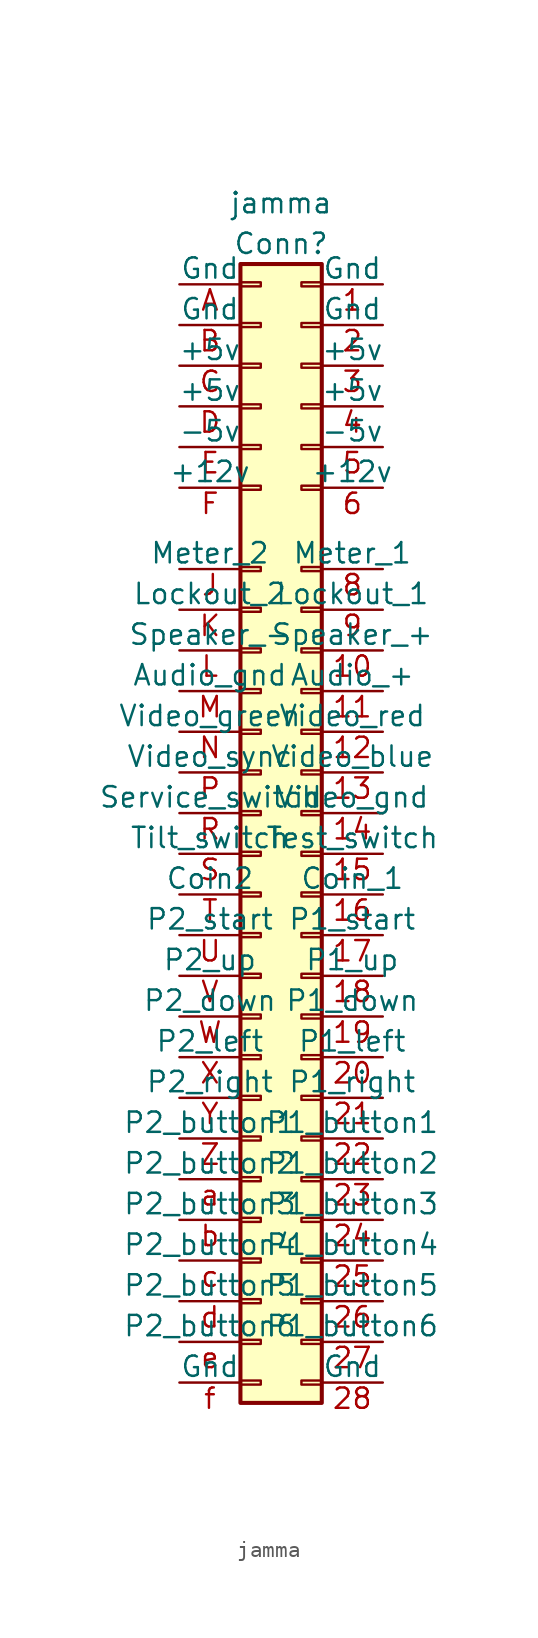
<source format=kicad_sym>
(kicad_symbol_lib
  (version 20231120)
  (generator "kicad_symbol_editor")
  (generator_version "8.0")
  (symbol "jamma"
    (pin_names
      (offset 0))
    (property "Reference" "Conn"
      (at 0 35.56 0)
      (effects (font (size 1.27 1.27))))
    (property "Value" "jamma"
      (at 0 38.1 0)
      (effects (font (size 1.27 1.27))))
    (symbol "jamma_1_1"
      (rectangle (start -2.54 -35.433) (end -1.27 -35.687) (stroke (width 0.152) (type default)) (fill (type none)))
      (rectangle (start -2.54 -32.893) (end -1.27 -33.147) (stroke (width 0.152) (type default)) (fill (type none)))
      (rectangle (start -2.54 -30.353) (end -1.27 -30.607) (stroke (width 0.152) (type default)) (fill (type none)))
      (rectangle (start -2.54 -27.813) (end -1.27 -28.067) (stroke (width 0.152) (type default)) (fill (type none)))
      (rectangle (start -2.54 -25.273) (end -1.27 -25.527) (stroke (width 0.152) (type default)) (fill (type none)))
      (rectangle (start -2.54 -22.733) (end -1.27 -22.987) (stroke (width 0.152) (type default)) (fill (type none)))
      (rectangle (start -2.54 -20.193) (end -1.27 -20.447) (stroke (width 0.152) (type default)) (fill (type none)))
      (rectangle (start -2.54 -17.653) (end -1.27 -17.907) (stroke (width 0.152) (type default)) (fill (type none)))
      (rectangle (start -2.54 -15.113) (end -1.27 -15.367) (stroke (width 0.152) (type default)) (fill (type none)))
      (rectangle (start -2.54 -12.573) (end -1.27 -12.827) (stroke (width 0.152) (type default)) (fill (type none)))
      (rectangle (start -2.54 -10.033) (end -1.27 -10.287) (stroke (width 0.152) (type default)) (fill (type none)))
      (rectangle (start -2.54 -7.493) (end -1.27 -7.747) (stroke (width 0.152) (type default)) (fill (type none)))
      (rectangle (start -2.54 -4.953) (end -1.27 -5.207) (stroke (width 0.152) (type default)) (fill (type none)))
      (rectangle (start -2.54 -2.413) (end -1.27 -2.667) (stroke (width 0.152) (type default)) (fill (type none)))
      (rectangle (start -2.54 0.127) (end -1.27 -0.127) (stroke (width 0.152) (type default)) (fill (type none)))
      (rectangle (start -2.54 2.667) (end -1.27 2.413) (stroke (width 0.152) (type default)) (fill (type none)))
      (rectangle (start -2.54 5.207) (end -1.27 4.953) (stroke (width 0.152) (type default)) (fill (type none)))
      (rectangle (start -2.54 7.747) (end -1.27 7.493) (stroke (width 0.152) (type default)) (fill (type none)))
      (rectangle (start -2.54 10.287) (end -1.27 10.033) (stroke (width 0.152) (type default)) (fill (type none)))
      (rectangle (start -2.54 12.827) (end -1.27 12.573) (stroke (width 0.152) (type default)) (fill (type none)))
      (rectangle (start -2.54 15.367) (end -1.27 15.113) (stroke (width 0.152) (type default)) (fill (type none)))
      (rectangle (start -2.54 20.447) (end -1.27 20.193) (stroke (width 0.152) (type default)) (fill (type none)))
      (rectangle (start -2.54 22.987) (end -1.27 22.733) (stroke (width 0.152) (type default)) (fill (type none)))
      (rectangle (start -2.54 25.527) (end -1.27 25.273) (stroke (width 0.152) (type default)) (fill (type none)))
      (rectangle (start -2.54 28.067) (end -1.27 27.813) (stroke (width 0.152) (type default)) (fill (type none)))
      (rectangle (start -2.54 30.607) (end -1.27 30.353) (stroke (width 0.152) (type default)) (fill (type none)))
      (rectangle (start -2.54 33.147) (end -1.27 32.893) (stroke (width 0.152) (type default)) (fill (type none)))
      (rectangle (start 2.54 -35.433) (end 1.27 -35.687) (stroke (width 0.152) (type default)) (fill (type none)))
      (rectangle (start 2.54 -32.893) (end 1.27 -33.147) (stroke (width 0.152) (type default)) (fill (type none)))
      (rectangle (start 2.54 -30.353) (end 1.27 -30.607) (stroke (width 0.152) (type default)) (fill (type none)))
      (rectangle (start 2.54 -27.813) (end 1.27 -28.067) (stroke (width 0.152) (type default)) (fill (type none)))
      (rectangle (start 2.54 -25.273) (end 1.27 -25.527) (stroke (width 0.152) (type default)) (fill (type none)))
      (rectangle (start 2.54 -22.733) (end 1.27 -22.987) (stroke (width 0.152) (type default)) (fill (type none)))
      (rectangle (start 2.54 -20.193) (end 1.27 -20.447) (stroke (width 0.152) (type default)) (fill (type none)))
      (rectangle (start 2.54 -17.653) (end 1.27 -17.907) (stroke (width 0.152) (type default)) (fill (type none)))
      (rectangle (start 2.54 -15.113) (end 1.27 -15.367) (stroke (width 0.152) (type default)) (fill (type none)))
      (rectangle (start 2.54 -12.573) (end 1.27 -12.827) (stroke (width 0.152) (type default)) (fill (type none)))
      (rectangle (start 2.54 -10.033) (end 1.27 -10.287) (stroke (width 0.152) (type default)) (fill (type none)))
      (rectangle (start 2.54 -7.493) (end 1.27 -7.747) (stroke (width 0.152) (type default)) (fill (type none)))
      (rectangle (start 2.54 -4.953) (end 1.27 -5.207) (stroke (width 0.152) (type default)) (fill (type none)))
      (rectangle (start 2.54 -2.413) (end 1.27 -2.667) (stroke (width 0.152) (type default)) (fill (type none)))
      (rectangle (start 2.54 0.127) (end 1.27 -0.127) (stroke (width 0.152) (type default)) (fill (type none)))
      (rectangle (start 2.54 2.667) (end 1.27 2.413) (stroke (width 0.152) (type default)) (fill (type none)))
      (rectangle (start 2.54 5.207) (end 1.27 4.953) (stroke (width 0.152) (type default)) (fill (type none)))
      (rectangle (start 2.54 7.747) (end 1.27 7.493) (stroke (width 0.152) (type default)) (fill (type none)))
      (rectangle (start 2.54 10.287) (end 1.27 10.033) (stroke (width 0.152) (type default)) (fill (type none)))
      (rectangle (start 2.54 12.827) (end 1.27 12.573) (stroke (width 0.152) (type default)) (fill (type none)))
      (rectangle (start 2.54 15.367) (end 1.27 15.113) (stroke (width 0.152) (type default)) (fill (type none)))
      (rectangle (start 2.54 20.447) (end 1.27 20.193) (stroke (width 0.152) (type default)) (fill (type none)))
      (rectangle (start 2.54 22.987) (end 1.27 22.733) (stroke (width 0.152) (type default)) (fill (type none)))
      (rectangle (start 2.54 25.527) (end 1.27 25.273) (stroke (width 0.152) (type default)) (fill (type none)))
      (rectangle (start 2.54 28.067) (end 1.27 27.813) (stroke (width 0.152) (type default)) (fill (type none)))
      (rectangle (start 2.54 30.607) (end 1.27 30.353) (stroke (width 0.152) (type default)) (fill (type none)))
      (rectangle (start 2.54 33.147) (end 1.27 32.893) (stroke (width 0.152) (type default)) (fill (type none)))
      (rectangle (start 2.54 34.29) (end -2.54 -36.83) (stroke (width 0.254) (type default)) (fill (type background)))
      (pin passive line (at 6.35 33.02 180) (length 3.81) (name "Gnd" (effects (font (size 1.27 1.27)))) (number "1" (effects (font (size 1.27 1.27)))))
      (pin passive line (at 6.35 10.16 180) (length 3.81) (name "Speaker_+" (effects (font (size 1.27 1.27)))) (number "10" (effects (font (size 1.27 1.27)))))
      (pin passive line (at 6.35 7.62 180) (length 3.81) (name "Audio_+" (effects (font (size 1.27 1.27)))) (number "11" (effects (font (size 1.27 1.27)))))
      (pin passive line (at 6.35 5.08 180) (length 3.81) (name "Video_red" (effects (font (size 1.27 1.27)))) (number "12" (effects (font (size 1.27 1.27)))))
      (pin passive line (at 6.35 2.54 180) (length 3.81) (name "Video_blue" (effects (font (size 1.27 1.27)))) (number "13" (effects (font (size 1.27 1.27)))))
      (pin passive line (at 6.35 0 180) (length 3.81) (name "Video_gnd" (effects (font (size 1.27 1.27)))) (number "14" (effects (font (size 1.27 1.27)))))
      (pin passive line (at 6.35 -2.54 180) (length 3.81) (name "Test_switch" (effects (font (size 1.27 1.27)))) (number "15" (effects (font (size 1.27 1.27)))))
      (pin passive line (at 6.35 -5.08 180) (length 3.81) (name "Coin_1" (effects (font (size 1.27 1.27)))) (number "16" (effects (font (size 1.27 1.27)))))
      (pin passive line (at 6.35 -7.62 180) (length 3.81) (name "P1_start" (effects (font (size 1.27 1.27)))) (number "17" (effects (font (size 1.27 1.27)))))
      (pin passive line (at 6.35 -10.16 180) (length 3.81) (name "P1_up" (effects (font (size 1.27 1.27)))) (number "18" (effects (font (size 1.27 1.27)))))
      (pin passive line (at 6.35 -12.7 180) (length 3.81) (name "P1_down" (effects (font (size 1.27 1.27)))) (number "19" (effects (font (size 1.27 1.27)))))
      (pin passive line (at 6.35 30.48 180) (length 3.81) (name "Gnd" (effects (font (size 1.27 1.27)))) (number "2" (effects (font (size 1.27 1.27)))))
      (pin passive line (at 6.35 -15.24 180) (length 3.81) (name "P1_left" (effects (font (size 1.27 1.27)))) (number "20" (effects (font (size 1.27 1.27)))))
      (pin passive line (at 6.35 -17.78 180) (length 3.81) (name "P1_right" (effects (font (size 1.27 1.27)))) (number "21" (effects (font (size 1.27 1.27)))))
      (pin passive line (at 6.35 -20.32 180) (length 3.81) (name "P1_button1" (effects (font (size 1.27 1.27)))) (number "22" (effects (font (size 1.27 1.27)))))
      (pin passive line (at 6.35 -22.86 180) (length 3.81) (name "P1_button2" (effects (font (size 1.27 1.27)))) (number "23" (effects (font (size 1.27 1.27)))))
      (pin passive line (at 6.35 -25.4 180) (length 3.81) (name "P1_button3" (effects (font (size 1.27 1.27)))) (number "24" (effects (font (size 1.27 1.27)))))
      (pin passive line (at 6.35 -27.94 180) (length 3.81) (name "P1_button4" (effects (font (size 1.27 1.27)))) (number "25" (effects (font (size 1.27 1.27)))))
      (pin passive line (at 6.35 -30.48 180) (length 3.81) (name "P1_button5" (effects (font (size 1.27 1.27)))) (number "26" (effects (font (size 1.27 1.27)))))
      (pin passive line (at 6.35 -33.02 180) (length 3.81) (name "P1_button6" (effects (font (size 1.27 1.27)))) (number "27" (effects (font (size 1.27 1.27)))))
      (pin passive line (at 6.35 -35.56 180) (length 3.81) (name "Gnd" (effects (font (size 1.27 1.27)))) (number "28" (effects (font (size 1.27 1.27)))))
      (pin passive line (at 6.35 27.94 180) (length 3.81) (name "+5v" (effects (font (size 1.27 1.27)))) (number "3" (effects (font (size 1.27 1.27)))))
      (pin passive line (at 6.35 25.4 180) (length 3.81) (name "+5v" (effects (font (size 1.27 1.27)))) (number "4" (effects (font (size 1.27 1.27)))))
      (pin passive line (at 6.35 22.86 180) (length 3.81) (name "-5v" (effects (font (size 1.27 1.27)))) (number "5" (effects (font (size 1.27 1.27)))))
      (pin passive line (at 6.35 20.32 180) (length 3.81) (name "+12v" (effects (font (size 1.27 1.27)))) (number "6" (effects (font (size 1.27 1.27)))))
      (pin passive line (at 6.35 15.24 180) (length 3.81) (name "Meter_1" (effects (font (size 1.27 1.27)))) (number "8" (effects (font (size 1.27 1.27)))))
      (pin passive line (at 6.35 12.7 180) (length 3.81) (name "Lockout_1" (effects (font (size 1.27 1.27)))) (number "9" (effects (font (size 1.27 1.27)))))
      (pin passive line (at -6.35 33.02 0) (length 3.81) (name "Gnd" (effects (font (size 1.27 1.27)))) (number "A" (effects (font (size 1.27 1.27)))))
      (pin passive line (at -6.35 30.48 0) (length 3.81) (name "Gnd" (effects (font (size 1.27 1.27)))) (number "B" (effects (font (size 1.27 1.27)))))
      (pin passive line (at -6.35 27.94 0) (length 3.81) (name "+5v" (effects (font (size 1.27 1.27)))) (number "C" (effects (font (size 1.27 1.27)))))
      (pin passive line (at -6.35 25.4 0) (length 3.81) (name "+5v" (effects (font (size 1.27 1.27)))) (number "D" (effects (font (size 1.27 1.27)))))
      (pin passive line (at -6.35 22.86 0) (length 3.81) (name "-5v" (effects (font (size 1.27 1.27)))) (number "E" (effects (font (size 1.27 1.27)))))
      (pin passive line (at -6.35 20.32 0) (length 3.81) (name "+12v" (effects (font (size 1.27 1.27)))) (number "F" (effects (font (size 1.27 1.27)))))
      (pin passive line (at -6.35 15.24 0) (length 3.81) (name "Meter_2" (effects (font (size 1.27 1.27)))) (number "J" (effects (font (size 1.27 1.27)))))
      (pin passive line (at -6.35 12.7 0) (length 3.81) (name "Lockout_2" (effects (font (size 1.27 1.27)))) (number "K" (effects (font (size 1.27 1.27)))))
      (pin passive line (at -6.35 10.16 0) (length 3.81) (name "Speaker_-" (effects (font (size 1.27 1.27)))) (number "L" (effects (font (size 1.27 1.27)))))
      (pin passive line (at -6.35 7.62 0) (length 3.81) (name "Audio_gnd" (effects (font (size 1.27 1.27)))) (number "M" (effects (font (size 1.27 1.27)))))
      (pin passive line (at -6.35 5.08 0) (length 3.81) (name "Video_green" (effects (font (size 1.27 1.27)))) (number "N" (effects (font (size 1.27 1.27)))))
      (pin passive line (at -6.35 2.54 0) (length 3.81) (name "Video_sync" (effects (font (size 1.27 1.27)))) (number "P" (effects (font (size 1.27 1.27)))))
      (pin passive line (at -6.35 0 0) (length 3.81) (name "Service_switch" (effects (font (size 1.27 1.27)))) (number "R" (effects (font (size 1.27 1.27)))))
      (pin passive line (at -6.35 -2.54 0) (length 3.81) (name "Tilt_switch" (effects (font (size 1.27 1.27)))) (number "S" (effects (font (size 1.27 1.27)))))
      (pin passive line (at -6.35 -5.08 0) (length 3.81) (name "Coin2" (effects (font (size 1.27 1.27)))) (number "T" (effects (font (size 1.27 1.27)))))
      (pin passive line (at -6.35 -7.62 0) (length 3.81) (name "P2_start" (effects (font (size 1.27 1.27)))) (number "U" (effects (font (size 1.27 1.27)))))
      (pin passive line (at -6.35 -10.16 0) (length 3.81) (name "P2_up" (effects (font (size 1.27 1.27)))) (number "V" (effects (font (size 1.27 1.27)))))
      (pin passive line (at -6.35 -12.7 0) (length 3.81) (name "P2_down" (effects (font (size 1.27 1.27)))) (number "W" (effects (font (size 1.27 1.27)))))
      (pin passive line (at -6.35 -15.24 0) (length 3.81) (name "P2_left" (effects (font (size 1.27 1.27)))) (number "X" (effects (font (size 1.27 1.27)))))
      (pin passive line (at -6.35 -17.78 0) (length 3.81) (name "P2_right" (effects (font (size 1.27 1.27)))) (number "Y" (effects (font (size 1.27 1.27)))))
      (pin passive line (at -6.35 -20.32 0) (length 3.81) (name "P2_button1" (effects (font (size 1.27 1.27)))) (number "Z" (effects (font (size 1.27 1.27)))))
      (pin passive line (at -6.35 -22.86 0) (length 3.81) (name "P2_button2" (effects (font (size 1.27 1.27)))) (number "a" (effects (font (size 1.27 1.27)))))
      (pin passive line (at -6.35 -25.4 0) (length 3.81) (name "P2_button3" (effects (font (size 1.27 1.27)))) (number "b" (effects (font (size 1.27 1.27)))))
      (pin passive line (at -6.35 -27.94 0) (length 3.81) (name "P2_button4" (effects (font (size 1.27 1.27)))) (number "c" (effects (font (size 1.27 1.27)))))
      (pin passive line (at -6.35 -30.48 0) (length 3.81) (name "P2_button5" (effects (font (size 1.27 1.27)))) (number "d" (effects (font (size 1.27 1.27)))))
      (pin passive line (at -6.35 -33.02 0) (length 3.81) (name "P2_button6" (effects (font (size 1.27 1.27)))) (number "e" (effects (font (size 1.27 1.27)))))
      (pin passive line (at -6.35 -35.56 0) (length 3.81) (name "Gnd" (effects (font (size 1.27 1.27)))) (number "f" (effects (font (size 1.27 1.27))))))))
</source>
